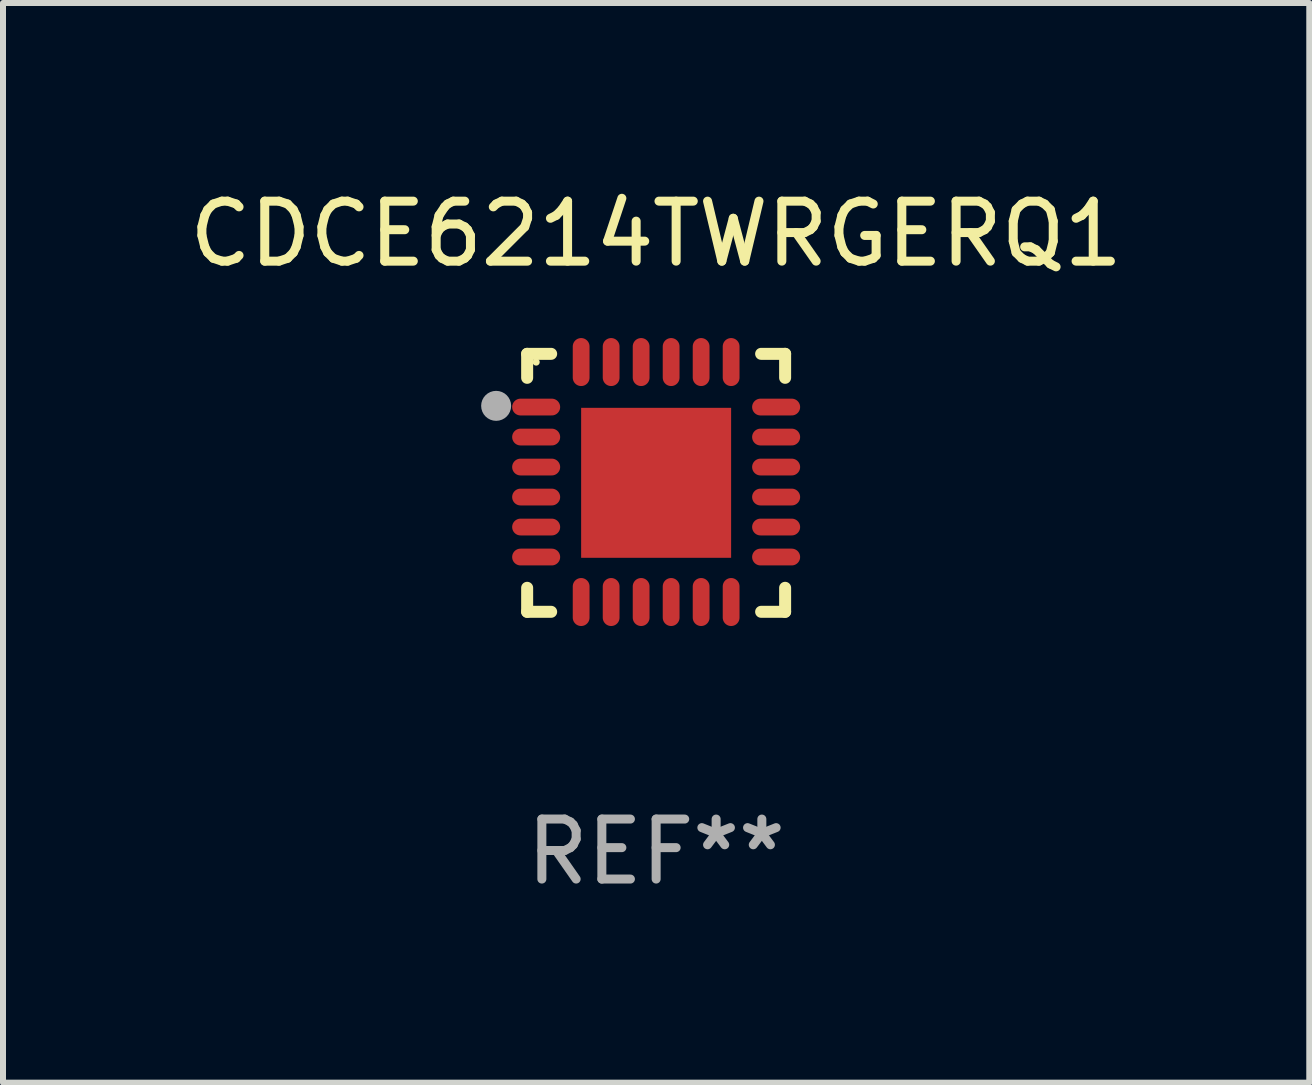
<source format=kicad_pcb>
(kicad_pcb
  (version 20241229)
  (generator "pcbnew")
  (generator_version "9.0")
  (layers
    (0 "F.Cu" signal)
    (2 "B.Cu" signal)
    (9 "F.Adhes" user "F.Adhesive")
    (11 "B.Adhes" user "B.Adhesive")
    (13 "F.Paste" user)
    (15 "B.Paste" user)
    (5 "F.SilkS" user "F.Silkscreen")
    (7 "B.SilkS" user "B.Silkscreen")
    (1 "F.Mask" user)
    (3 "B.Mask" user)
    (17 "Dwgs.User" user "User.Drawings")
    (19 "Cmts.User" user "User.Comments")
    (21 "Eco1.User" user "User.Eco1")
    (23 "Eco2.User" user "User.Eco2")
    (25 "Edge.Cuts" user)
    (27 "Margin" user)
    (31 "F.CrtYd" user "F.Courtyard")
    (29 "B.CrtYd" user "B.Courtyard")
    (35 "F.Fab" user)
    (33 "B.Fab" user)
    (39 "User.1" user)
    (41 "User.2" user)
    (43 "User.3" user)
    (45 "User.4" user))
  (footprint "CDCE6214TWRGERQ1"
    (layer "F.Cu")
    (at 7.887 4.998)
    (property "Reference" "CDCE6214TWRGERQ1" (at 0 -4.15 0) (layer "F.SilkS") (effects (font (size 1 1) (thickness 0.15))))
    (attr through_hole)
    (fp_line (start -2.15 -2.15) (end -1.75 -2.15) (stroke (width 0.2) (type solid)) (layer "F.SilkS"))
    (fp_line (start -2.15 -1.75) (end -2.15 -2.15) (stroke (width 0.2) (type solid)) (layer "F.SilkS"))
    (fp_line (start -2.15 2.15) (end -2.15 1.75) (stroke (width 0.2) (type solid)) (layer "F.SilkS"))
    (fp_line (start -1.75 2.15) (end -2.15 2.15) (stroke (width 0.2) (type solid)) (layer "F.SilkS"))
    (fp_line (start 1.75 -2.15) (end 2.15 -2.15) (stroke (width 0.2) (type solid)) (layer "F.SilkS"))
    (fp_line (start 1.75 2.15) (end 2.15 2.15) (stroke (width 0.2) (type solid)) (layer "F.SilkS"))
    (fp_line (start 2.15 -2.15) (end 2.15 -1.75) (stroke (width 0.2) (type solid)) (layer "F.SilkS"))
    (fp_line (start 2.15 2.15) (end 2.15 1.75) (stroke (width 0.2) (type solid)) (layer "F.SilkS"))
    (fp_circle (center -2 -2.013) (end -1.97 -2.013) (stroke (width 0.06) (type solid)) (fill no) (layer "F.SilkS"))
    (fp_circle (center -2.667 -1.283) (end -2.542 -1.283) (stroke (width 0.25) (type solid)) (fill no) (layer "F.Fab"))
    (fp_text user "REF**" (at 0 6.15 0) (layer "F.Fab") (effects (font (size 1 1) (thickness 0.15))))
    (pad "1" smd oval (at -2 -1.263) (size 0.8 0.28) (layers "F.Cu" "F.Mask" "F.Paste"))
    (pad "2" smd oval (at -2 -0.763) (size 0.8 0.28) (layers "F.Cu" "F.Mask" "F.Paste"))
    (pad "3" smd oval (at -2 -0.263) (size 0.8 0.28) (layers "F.Cu" "F.Mask" "F.Paste"))
    (pad "4" smd oval (at -2 0.237) (size 0.8 0.28) (layers "F.Cu" "F.Mask" "F.Paste"))
    (pad "5" smd oval (at -2 0.737) (size 0.8 0.28) (layers "F.Cu" "F.Mask" "F.Paste"))
    (pad "6" smd oval (at -2 1.237) (size 0.8 0.28) (layers "F.Cu" "F.Mask" "F.Paste"))
    (pad "7" smd oval (at -1.25 1.987) (size 0.28 0.8) (layers "F.Cu" "F.Mask" "F.Paste"))
    (pad "8" smd oval (at -0.75 1.987) (size 0.28 0.8) (layers "F.Cu" "F.Mask" "F.Paste"))
    (pad "9" smd oval (at -0.25 1.987) (size 0.28 0.8) (layers "F.Cu" "F.Mask" "F.Paste"))
    (pad "10" smd oval (at 0.25 1.987) (size 0.28 0.8) (layers "F.Cu" "F.Mask" "F.Paste"))
    (pad "11" smd oval (at 0.75 1.987) (size 0.28 0.8) (layers "F.Cu" "F.Mask" "F.Paste"))
    (pad "12" smd oval (at 1.25 1.987) (size 0.28 0.8) (layers "F.Cu" "F.Mask" "F.Paste"))
    (pad "13" smd oval (at 2 1.237) (size 0.8 0.28) (layers "F.Cu" "F.Mask" "F.Paste"))
    (pad "14" smd oval (at 2 0.737) (size 0.8 0.28) (layers "F.Cu" "F.Mask" "F.Paste"))
    (pad "15" smd oval (at 2 0.237) (size 0.8 0.28) (layers "F.Cu" "F.Mask" "F.Paste"))
    (pad "16" smd oval (at 2 -0.263) (size 0.8 0.28) (layers "F.Cu" "F.Mask" "F.Paste"))
    (pad "17" smd oval (at 2 -0.763) (size 0.8 0.28) (layers "F.Cu" "F.Mask" "F.Paste"))
    (pad "18" smd oval (at 2 -1.263) (size 0.8 0.28) (layers "F.Cu" "F.Mask" "F.Paste"))
    (pad "19" smd oval (at 1.25 -2.013) (size 0.28 0.8) (layers "F.Cu" "F.Mask" "F.Paste"))
    (pad "20" smd oval (at 0.75 -2.013) (size 0.28 0.8) (layers "F.Cu" "F.Mask" "F.Paste"))
    (pad "21" smd oval (at 0.25 -2.013) (size 0.28 0.8) (layers "F.Cu" "F.Mask" "F.Paste"))
    (pad "22" smd oval (at -0.25 -2.013) (size 0.28 0.8) (layers "F.Cu" "F.Mask" "F.Paste"))
    (pad "23" smd oval (at -0.75 -2.013) (size 0.28 0.8) (layers "F.Cu" "F.Mask" "F.Paste"))
    (pad "24" smd oval (at -1.25 -2.013) (size 0.28 0.8) (layers "F.Cu" "F.Mask" "F.Paste"))
    (pad "25" smd rect (at -0.000127 -0.00014) (size 2.5 2.5) (layers "F.Cu" "F.Mask" "F.Paste")))
  (gr_rect
    (start -3 -3)
    (end 18.774 14.997)
    (stroke (width 0.1) (type default))
    (fill no)
    (layer "Edge.Cuts")))
</source>
